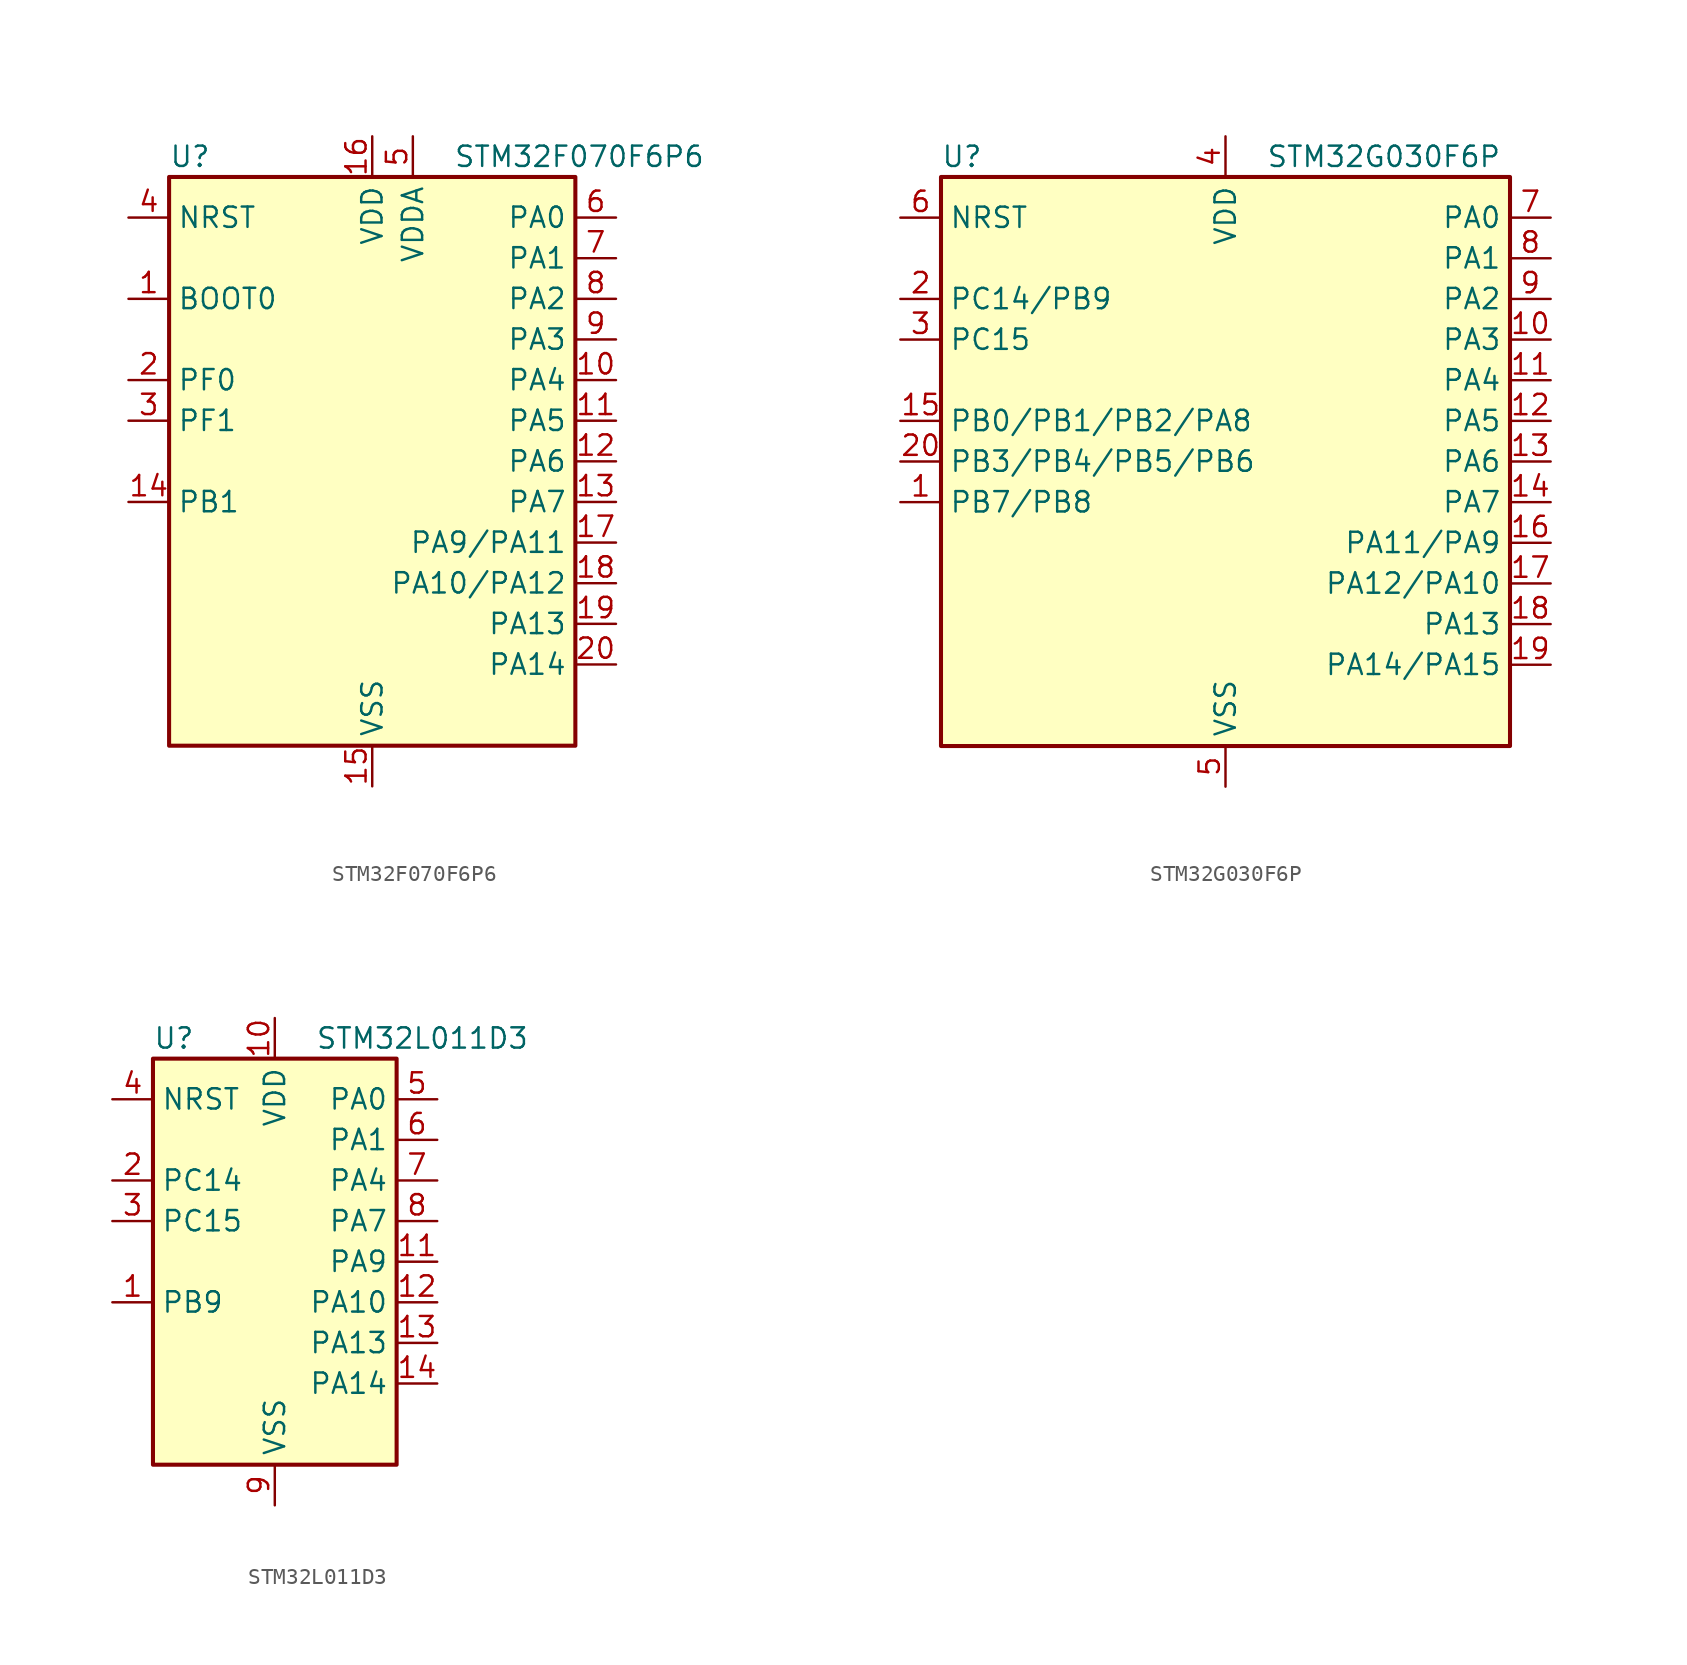
<source format=kicad_sym>
(kicad_symbol_lib
  (version 20220914)
  (generator kicad_db_lib)
  (symbol "STM32F070F6P6"
    (property "Reference" "U"
      (at -12.7 19.05 0)
      (effects (font (size 1.27 1.27)) (justify left)))
    (property "Value" "STM32F070F6P6"
      (at 5.08 19.05 0)
      (effects (font (size 1.27 1.27)) (justify left)))
    (property "ki_locked" ""
      (at 0 0 0)
      (effects (font (size 1.27 1.27))))
    (symbol "STM32F070F6P6_0_1"
      (rectangle (start -12.7 -17.78) (end 12.7 17.78) (stroke (width 0.254) (type default)) (fill (type background))))
    (symbol "STM32F070F6P6_1_1"
      (pin input line (at -15.24 10.16 0) (length 2.54) (name "BOOT0" (effects (font (size 1.27 1.27)))) (number "1" (effects (font (size 1.27 1.27)))))
      (pin bidirectional line (at 15.24 5.08 180) (length 2.54) (name "PA4" (effects (font (size 1.27 1.27)))) (number "10" (effects (font (size 1.27 1.27)))) (alternate "ADC_IN4" bidirectional line) (alternate "SPI1_NSS" bidirectional line) (alternate "TIM14_CH1" bidirectional line) (alternate "USART2_CK" bidirectional line) (alternate "USB_NOE" bidirectional line))
      (pin bidirectional line (at 15.24 2.54 180) (length 2.54) (name "PA5" (effects (font (size 1.27 1.27)))) (number "11" (effects (font (size 1.27 1.27)))) (alternate "ADC_IN5" bidirectional line) (alternate "SPI1_SCK" bidirectional line))
      (pin bidirectional line (at 15.24 0 180) (length 2.54) (name "PA6" (effects (font (size 1.27 1.27)))) (number "12" (effects (font (size 1.27 1.27)))) (alternate "ADC_IN6" bidirectional line) (alternate "SPI1_MISO" bidirectional line) (alternate "TIM16_CH1" bidirectional line) (alternate "TIM1_BKIN" bidirectional line) (alternate "TIM3_CH1" bidirectional line))
      (pin bidirectional line (at 15.24 -2.54 180) (length 2.54) (name "PA7" (effects (font (size 1.27 1.27)))) (number "13" (effects (font (size 1.27 1.27)))) (alternate "ADC_IN7" bidirectional line) (alternate "SPI1_MOSI" bidirectional line) (alternate "TIM14_CH1" bidirectional line) (alternate "TIM17_CH1" bidirectional line) (alternate "TIM1_CH1N" bidirectional line) (alternate "TIM3_CH2" bidirectional line))
      (pin bidirectional line (at -15.24 -2.54 0) (length 2.54) (name "PB1" (effects (font (size 1.27 1.27)))) (number "14" (effects (font (size 1.27 1.27)))) (alternate "ADC_IN9" bidirectional line) (alternate "TIM14_CH1" bidirectional line) (alternate "TIM1_CH3N" bidirectional line) (alternate "TIM3_CH4" bidirectional line))
      (pin power_in line (at 0 -20.32 90) (length 2.54) (name "VSS" (effects (font (size 1.27 1.27)))) (number "15" (effects (font (size 1.27 1.27)))))
      (pin power_in line (at 0 20.32 270) (length 2.54) (name "VDD" (effects (font (size 1.27 1.27)))) (number "16" (effects (font (size 1.27 1.27)))))
      (pin bidirectional line (at 15.24 -5.08 180) (length 2.54) (name "PA9/PA11" (effects (font (size 1.27 1.27)))) (number "17" (effects (font (size 1.27 1.27)))) (alternate "I2C1_SCL" bidirectional line) (alternate "TIM1_CH2" bidirectional line) (alternate "USART1_TX" bidirectional line))
      (pin bidirectional line (at 15.24 -7.62 180) (length 2.54) (name "PA10/PA12" (effects (font (size 1.27 1.27)))) (number "18" (effects (font (size 1.27 1.27)))) (alternate "I2C1_SDA" bidirectional line) (alternate "TIM17_BKIN" bidirectional line) (alternate "TIM1_CH3" bidirectional line) (alternate "USART1_RX" bidirectional line))
      (pin bidirectional line (at 15.24 -10.16 180) (length 2.54) (name "PA13" (effects (font (size 1.27 1.27)))) (number "19" (effects (font (size 1.27 1.27)))) (alternate "IR_OUT" bidirectional line) (alternate "SYS_SWDIO" bidirectional line) (alternate "USB_NOE" bidirectional line))
      (pin bidirectional line (at -15.24 5.08 0) (length 2.54) (name "PF0" (effects (font (size 1.27 1.27)))) (number "2" (effects (font (size 1.27 1.27)))) (alternate "I2C1_SDA" bidirectional line) (alternate "RCC_OSC_IN" bidirectional line))
      (pin bidirectional line (at 15.24 -12.7 180) (length 2.54) (name "PA14" (effects (font (size 1.27 1.27)))) (number "20" (effects (font (size 1.27 1.27)))) (alternate "SYS_SWCLK" bidirectional line) (alternate "USART2_TX" bidirectional line))
      (pin bidirectional line (at -15.24 2.54 0) (length 2.54) (name "PF1" (effects (font (size 1.27 1.27)))) (number "3" (effects (font (size 1.27 1.27)))) (alternate "I2C1_SCL" bidirectional line) (alternate "RCC_OSC_OUT" bidirectional line))
      (pin input line (at -15.24 15.24 0) (length 2.54) (name "NRST" (effects (font (size 1.27 1.27)))) (number "4" (effects (font (size 1.27 1.27)))))
      (pin power_in line (at 2.54 20.32 270) (length 2.54) (name "VDDA" (effects (font (size 1.27 1.27)))) (number "5" (effects (font (size 1.27 1.27)))))
      (pin bidirectional line (at 15.24 15.24 180) (length 2.54) (name "PA0" (effects (font (size 1.27 1.27)))) (number "6" (effects (font (size 1.27 1.27)))) (alternate "ADC_IN0" bidirectional line) (alternate "RTC_TAMP2" bidirectional line) (alternate "SYS_WKUP1" bidirectional line) (alternate "USART2_CTS" bidirectional line))
      (pin bidirectional line (at 15.24 12.7 180) (length 2.54) (name "PA1" (effects (font (size 1.27 1.27)))) (number "7" (effects (font (size 1.27 1.27)))) (alternate "ADC_IN1" bidirectional line) (alternate "USART2_DE" bidirectional line) (alternate "USART2_RTS" bidirectional line))
      (pin bidirectional line (at 15.24 10.16 180) (length 2.54) (name "PA2" (effects (font (size 1.27 1.27)))) (number "8" (effects (font (size 1.27 1.27)))) (alternate "ADC_IN2" bidirectional line) (alternate "SYS_WKUP4" bidirectional line) (alternate "USART2_TX" bidirectional line))
      (pin bidirectional line (at 15.24 7.62 180) (length 2.54) (name "PA3" (effects (font (size 1.27 1.27)))) (number "9" (effects (font (size 1.27 1.27)))) (alternate "ADC_IN3" bidirectional line) (alternate "USART2_RX" bidirectional line))))
  (symbol "STM32G030F6P"
    (property "Reference" "U"
      (at -17.78 19.05 0)
      (effects (font (size 1.27 1.27)) (justify left)))
    (property "Value" "STM32G030F6P"
      (at 2.54 19.05 0)
      (effects (font (size 1.27 1.27)) (justify left)))
    (property "ki_locked" ""
      (at 0 0 0)
      (effects (font (size 1.27 1.27))))
    (symbol "STM32G030F6P_0_1"
      (rectangle (start -17.78 -17.78) (end 17.78 17.78) (stroke (width 0.254) (type default)) (fill (type background))))
    (symbol "STM32G030F6P_1_1"
      (pin bidirectional line (at -20.32 -2.54 0) (length 2.54) (name "PB7/PB8" (effects (font (size 1.27 1.27)))) (number "1" (effects (font (size 1.27 1.27)))) (alternate "ADC1_IN11" bidirectional line) (alternate "I2C1_SDA" bidirectional line) (alternate "SPI2_MOSI" bidirectional line) (alternate "SYS_PVD_IN" bidirectional line) (alternate "TIM17_CH1N" bidirectional line) (alternate "USART1_RX" bidirectional line))
      (pin bidirectional line (at 20.32 7.62 180) (length 2.54) (name "PA3" (effects (font (size 1.27 1.27)))) (number "10" (effects (font (size 1.27 1.27)))) (alternate "ADC1_IN3" bidirectional line) (alternate "SPI2_MISO" bidirectional line) (alternate "USART2_RX" bidirectional line))
      (pin bidirectional line (at 20.32 5.08 180) (length 2.54) (name "PA4" (effects (font (size 1.27 1.27)))) (number "11" (effects (font (size 1.27 1.27)))) (alternate "ADC1_IN4" bidirectional line) (alternate "I2S1_WS" bidirectional line) (alternate "RTC_OUT_ALARM" bidirectional line) (alternate "RTC_OUT_CALIB" bidirectional line) (alternate "RTC_TAMP_IN1" bidirectional line) (alternate "RTC_TS" bidirectional line) (alternate "SPI1_NSS" bidirectional line) (alternate "SPI2_MOSI" bidirectional line) (alternate "SYS_WKUP2" bidirectional line) (alternate "TIM14_CH1" bidirectional line))
      (pin bidirectional line (at 20.32 2.54 180) (length 2.54) (name "PA5" (effects (font (size 1.27 1.27)))) (number "12" (effects (font (size 1.27 1.27)))) (alternate "ADC1_IN5" bidirectional line) (alternate "I2S1_CK" bidirectional line) (alternate "SPI1_SCK" bidirectional line))
      (pin bidirectional line (at 20.32 0 180) (length 2.54) (name "PA6" (effects (font (size 1.27 1.27)))) (number "13" (effects (font (size 1.27 1.27)))) (alternate "ADC1_IN6" bidirectional line) (alternate "I2S1_MCK" bidirectional line) (alternate "SPI1_MISO" bidirectional line) (alternate "TIM16_CH1" bidirectional line) (alternate "TIM1_BK" bidirectional line) (alternate "TIM3_CH1" bidirectional line))
      (pin bidirectional line (at 20.32 -2.54 180) (length 2.54) (name "PA7" (effects (font (size 1.27 1.27)))) (number "14" (effects (font (size 1.27 1.27)))) (alternate "ADC1_IN7" bidirectional line) (alternate "I2S1_SD" bidirectional line) (alternate "SPI1_MOSI" bidirectional line) (alternate "TIM14_CH1" bidirectional line) (alternate "TIM17_CH1" bidirectional line) (alternate "TIM1_CH1N" bidirectional line) (alternate "TIM3_CH2" bidirectional line))
      (pin bidirectional line (at -20.32 2.54 0) (length 2.54) (name "PB0/PB1/PB2/PA8" (effects (font (size 1.27 1.27)))) (number "15" (effects (font (size 1.27 1.27)))) (alternate "ADC1_IN8" bidirectional line) (alternate "I2S1_WS" bidirectional line) (alternate "SPI1_NSS" bidirectional line) (alternate "TIM1_CH2N" bidirectional line) (alternate "TIM3_CH3" bidirectional line))
      (pin bidirectional line (at 20.32 -5.08 180) (length 2.54) (name "PA11/PA9" (effects (font (size 1.27 1.27)))) (number "16" (effects (font (size 1.27 1.27)))) (alternate "ADC1_EXTI11" bidirectional line) (alternate "ADC1_IN15" bidirectional line) (alternate "I2C2_SCL" bidirectional line) (alternate "I2S1_MCK" bidirectional line) (alternate "SPI1_MISO" bidirectional line) (alternate "TIM1_BK2" bidirectional line) (alternate "TIM1_CH4" bidirectional line) (alternate "USART1_CTS" bidirectional line) (alternate "USART1_NSS" bidirectional line))
      (pin bidirectional line (at 20.32 -7.62 180) (length 2.54) (name "PA12/PA10" (effects (font (size 1.27 1.27)))) (number "17" (effects (font (size 1.27 1.27)))) (alternate "ADC1_IN16" bidirectional line) (alternate "I2C2_SDA" bidirectional line) (alternate "I2S1_SD" bidirectional line) (alternate "I2S_CKIN" bidirectional line) (alternate "SPI1_MOSI" bidirectional line) (alternate "TIM1_ETR" bidirectional line) (alternate "USART1_CK" bidirectional line) (alternate "USART1_DE" bidirectional line) (alternate "USART1_RTS" bidirectional line))
      (pin bidirectional line (at 20.32 -10.16 180) (length 2.54) (name "PA13" (effects (font (size 1.27 1.27)))) (number "18" (effects (font (size 1.27 1.27)))) (alternate "ADC1_IN17" bidirectional line) (alternate "IR_OUT" bidirectional line) (alternate "SYS_SWDIO" bidirectional line))
      (pin bidirectional line (at 20.32 -12.7 180) (length 2.54) (name "PA14/PA15" (effects (font (size 1.27 1.27)))) (number "19" (effects (font (size 1.27 1.27)))) (alternate "ADC1_IN18" bidirectional line) (alternate "SYS_SWCLK" bidirectional line) (alternate "USART2_TX" bidirectional line))
      (pin bidirectional line (at -20.32 10.16 0) (length 2.54) (name "PC14/PB9" (effects (font (size 1.27 1.27)))) (number "2" (effects (font (size 1.27 1.27)))) (alternate "RCC_OSC32_IN" bidirectional line) (alternate "RCC_OSC_IN" bidirectional line) (alternate "TIM1_BK2" bidirectional line))
      (pin bidirectional line (at -20.32 0 0) (length 2.54) (name "PB3/PB4/PB5/PB6" (effects (font (size 1.27 1.27)))) (number "20" (effects (font (size 1.27 1.27)))) (alternate "I2S1_CK" bidirectional line) (alternate "SPI1_SCK" bidirectional line) (alternate "TIM1_CH2" bidirectional line) (alternate "USART1_CK" bidirectional line) (alternate "USART1_DE" bidirectional line) (alternate "USART1_RTS" bidirectional line))
      (pin bidirectional line (at -20.32 7.62 0) (length 2.54) (name "PC15" (effects (font (size 1.27 1.27)))) (number "3" (effects (font (size 1.27 1.27)))) (alternate "RCC_OSC32_EN" bidirectional line) (alternate "RCC_OSC32_OUT" bidirectional line) (alternate "RCC_OSC_EN" bidirectional line))
      (pin power_in line (at 0 20.32 270) (length 2.54) (name "VDD" (effects (font (size 1.27 1.27)))) (number "4" (effects (font (size 1.27 1.27)))))
      (pin power_in line (at 0 -20.32 90) (length 2.54) (name "VSS" (effects (font (size 1.27 1.27)))) (number "5" (effects (font (size 1.27 1.27)))))
      (pin input line (at -20.32 15.24 0) (length 2.54) (name "NRST" (effects (font (size 1.27 1.27)))) (number "6" (effects (font (size 1.27 1.27)))))
      (pin bidirectional line (at 20.32 15.24 180) (length 2.54) (name "PA0" (effects (font (size 1.27 1.27)))) (number "7" (effects (font (size 1.27 1.27)))) (alternate "ADC1_IN0" bidirectional line) (alternate "RTC_TAMP_IN2" bidirectional line) (alternate "SPI2_SCK" bidirectional line) (alternate "SYS_WKUP1" bidirectional line) (alternate "USART2_CTS" bidirectional line) (alternate "USART2_NSS" bidirectional line))
      (pin bidirectional line (at 20.32 12.7 180) (length 2.54) (name "PA1" (effects (font (size 1.27 1.27)))) (number "8" (effects (font (size 1.27 1.27)))) (alternate "ADC1_IN1" bidirectional line) (alternate "I2C1_SMBA" bidirectional line) (alternate "I2S1_CK" bidirectional line) (alternate "SPI1_SCK" bidirectional line) (alternate "USART2_CK" bidirectional line) (alternate "USART2_DE" bidirectional line) (alternate "USART2_RTS" bidirectional line))
      (pin bidirectional line (at 20.32 10.16 180) (length 2.54) (name "PA2" (effects (font (size 1.27 1.27)))) (number "9" (effects (font (size 1.27 1.27)))) (alternate "ADC1_IN2" bidirectional line) (alternate "I2S1_SD" bidirectional line) (alternate "RCC_LSCO" bidirectional line) (alternate "SPI1_MOSI" bidirectional line) (alternate "SYS_WKUP4" bidirectional line) (alternate "USART2_TX" bidirectional line))))
  (symbol "STM32L011D3"
    (property "Reference" "U"
      (at -7.62 13.97 0)
      (effects (font (size 1.27 1.27)) (justify left)))
    (property "Value" "STM32L011D3"
      (at 2.54 13.97 0)
      (effects (font (size 1.27 1.27)) (justify left)))
    (property "ki_locked" ""
      (at 0 0 0)
      (effects (font (size 1.27 1.27))))
    (symbol "STM32L011D3_0_1"
      (rectangle (start -7.62 -12.7) (end 7.62 12.7) (stroke (width 0.254) (type default)) (fill (type background))))
    (symbol "STM32L011D3_1_1"
      (pin bidirectional line (at -10.16 -2.54 0) (length 2.54) (name "PB9" (effects (font (size 1.27 1.27)))) (number "1" (effects (font (size 1.27 1.27)))))
      (pin power_in line (at 0 15.24 270) (length 2.54) (name "VDD" (effects (font (size 1.27 1.27)))) (number "10" (effects (font (size 1.27 1.27)))))
      (pin bidirectional line (at 10.16 0 180) (length 2.54) (name "PA9" (effects (font (size 1.27 1.27)))) (number "11" (effects (font (size 1.27 1.27)))) (alternate "COMP1_OUT" bidirectional line) (alternate "I2C1_SCL" bidirectional line) (alternate "LPTIM1_OUT" bidirectional line) (alternate "RCC_MCO" bidirectional line) (alternate "TIM21_CH2" bidirectional line) (alternate "USART2_TX" bidirectional line))
      (pin bidirectional line (at 10.16 -2.54 180) (length 2.54) (name "PA10" (effects (font (size 1.27 1.27)))) (number "12" (effects (font (size 1.27 1.27)))) (alternate "COMP1_OUT" bidirectional line) (alternate "I2C1_SDA" bidirectional line) (alternate "RTC_REFIN" bidirectional line) (alternate "TIM21_CH1" bidirectional line) (alternate "TIM2_CH3" bidirectional line) (alternate "USART2_RX" bidirectional line))
      (pin bidirectional line (at 10.16 -5.08 180) (length 2.54) (name "PA13" (effects (font (size 1.27 1.27)))) (number "13" (effects (font (size 1.27 1.27)))) (alternate "COMP1_OUT" bidirectional line) (alternate "I2C1_SDA" bidirectional line) (alternate "LPTIM1_ETR" bidirectional line) (alternate "LPUART1_RX" bidirectional line) (alternate "SPI1_SCK" bidirectional line) (alternate "SYS_SWDIO" bidirectional line))
      (pin bidirectional line (at 10.16 -7.62 180) (length 2.54) (name "PA14" (effects (font (size 1.27 1.27)))) (number "14" (effects (font (size 1.27 1.27)))) (alternate "COMP2_OUT" bidirectional line) (alternate "I2C1_SMBA" bidirectional line) (alternate "LPTIM1_OUT" bidirectional line) (alternate "LPUART1_TX" bidirectional line) (alternate "SPI1_MISO" bidirectional line) (alternate "SYS_SWCLK" bidirectional line) (alternate "USART2_TX" bidirectional line))
      (pin bidirectional line (at -10.16 5.08 0) (length 2.54) (name "PC14" (effects (font (size 1.27 1.27)))) (number "2" (effects (font (size 1.27 1.27)))) (alternate "RCC_OSC32_IN" bidirectional line))
      (pin bidirectional line (at -10.16 2.54 0) (length 2.54) (name "PC15" (effects (font (size 1.27 1.27)))) (number "3" (effects (font (size 1.27 1.27)))) (alternate "RCC_OSC32_OUT" bidirectional line))
      (pin input line (at -10.16 10.16 0) (length 2.54) (name "NRST" (effects (font (size 1.27 1.27)))) (number "4" (effects (font (size 1.27 1.27)))))
      (pin bidirectional line (at 10.16 10.16 180) (length 2.54) (name "PA0" (effects (font (size 1.27 1.27)))) (number "5" (effects (font (size 1.27 1.27)))) (alternate "ADC_IN0" bidirectional line) (alternate "COMP1_INM" bidirectional line) (alternate "COMP1_OUT" bidirectional line) (alternate "LPTIM1_IN1" bidirectional line) (alternate "LPUART1_RX" bidirectional line) (alternate "RCC_CK_IN" bidirectional line) (alternate "RTC_TAMP2" bidirectional line) (alternate "SYS_WKUP1" bidirectional line) (alternate "TIM2_CH1" bidirectional line) (alternate "TIM2_ETR" bidirectional line) (alternate "USART2_CTS" bidirectional line) (alternate "USART2_RX" bidirectional line))
      (pin bidirectional line (at 10.16 7.62 180) (length 2.54) (name "PA1" (effects (font (size 1.27 1.27)))) (number "6" (effects (font (size 1.27 1.27)))) (alternate "ADC_IN1" bidirectional line) (alternate "COMP1_INP" bidirectional line) (alternate "I2C1_SMBA" bidirectional line) (alternate "LPTIM1_IN2" bidirectional line) (alternate "LPUART1_TX" bidirectional line) (alternate "TIM21_ETR" bidirectional line) (alternate "TIM2_CH2" bidirectional line) (alternate "USART2_DE" bidirectional line) (alternate "USART2_RTS" bidirectional line))
      (pin bidirectional line (at 10.16 5.08 180) (length 2.54) (name "PA4" (effects (font (size 1.27 1.27)))) (number "7" (effects (font (size 1.27 1.27)))) (alternate "ADC_IN4" bidirectional line) (alternate "COMP1_INM" bidirectional line) (alternate "COMP2_INM" bidirectional line) (alternate "COMP2_OUT" bidirectional line) (alternate "I2C1_SCL" bidirectional line) (alternate "LPTIM1_ETR" bidirectional line) (alternate "LPTIM1_IN1" bidirectional line) (alternate "LPUART1_TX" bidirectional line) (alternate "SPI1_NSS" bidirectional line) (alternate "TIM2_ETR" bidirectional line) (alternate "USART2_CK" bidirectional line))
      (pin bidirectional line (at 10.16 2.54 180) (length 2.54) (name "PA7" (effects (font (size 1.27 1.27)))) (number "8" (effects (font (size 1.27 1.27)))) (alternate "ADC_IN7" bidirectional line) (alternate "COMP2_INP" bidirectional line) (alternate "COMP2_OUT" bidirectional line) (alternate "LPTIM1_OUT" bidirectional line) (alternate "SPI1_MOSI" bidirectional line) (alternate "TIM21_ETR" bidirectional line) (alternate "USART2_CTS" bidirectional line))
      (pin power_in line (at 0 -15.24 90) (length 2.54) (name "VSS" (effects (font (size 1.27 1.27)))) (number "9" (effects (font (size 1.27 1.27))))))))
</source>
